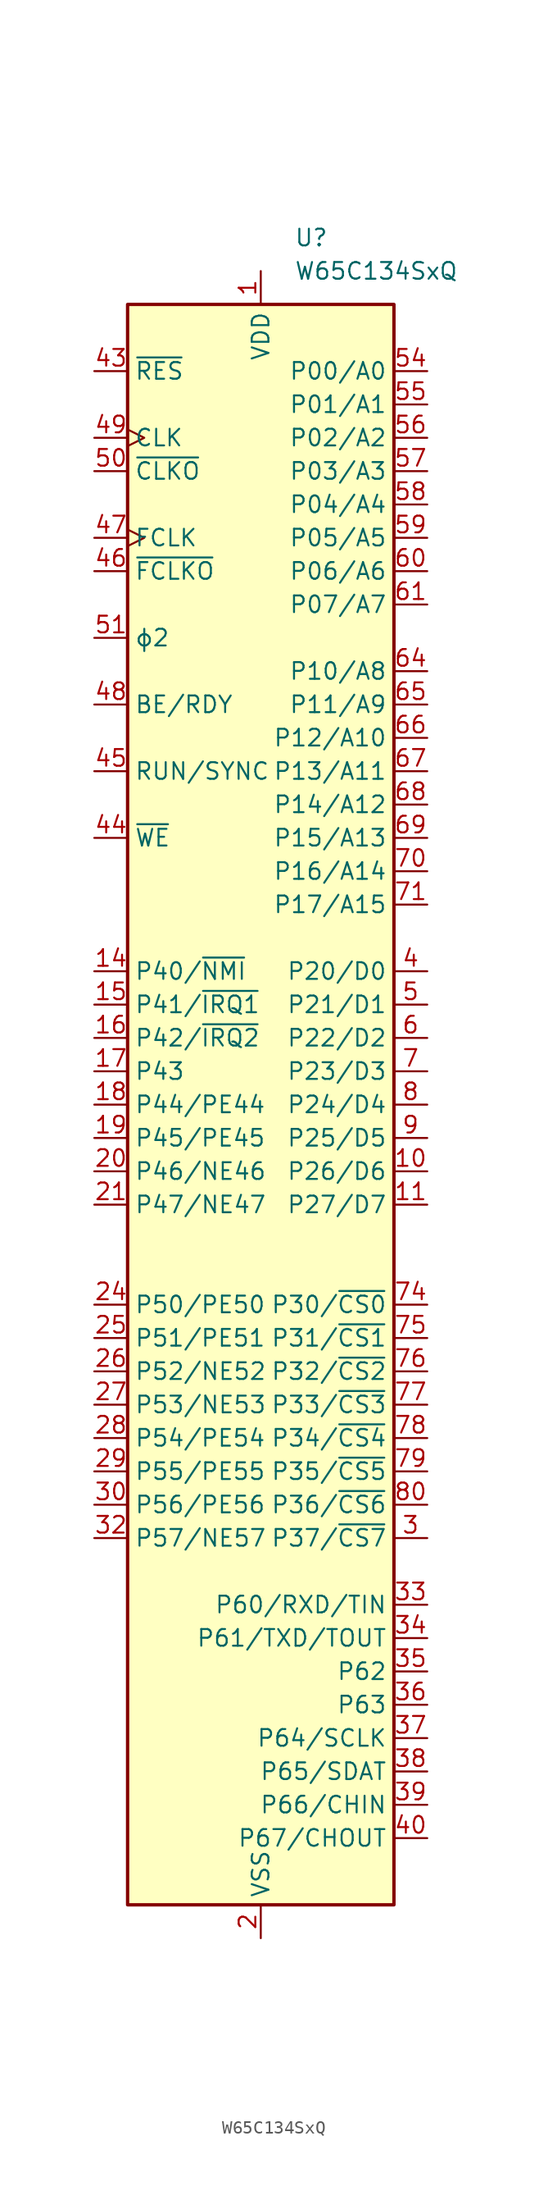
<source format=kicad_sym>
(kicad_symbol_lib
  (version 20231120)
  (generator "kicad_symbol_editor")
  (generator_version "8.0")
  (symbol "W65C134SxQ"
    (property "Reference" "U"
      (at 2.54 66.04 0)
      (effects (font (size 1.27 1.27)) (justify left)))
    (property "Value" "W65C134SxQ"
      (at 2.54 63.5 0)
      (effects (font (size 1.27 1.27)) (justify left)))
    (symbol "W65C134SxQ_0_1"
      (rectangle (start -10.16 60.96) (end 10.16 -60.96) (stroke (width 0.254) (type default)) (fill (type background))))
    (symbol "W65C134SxQ_1_1"
      (pin power_in line (at 0 63.5 270) (length 2.54) (name "VDD" (effects (font (size 1.27 1.27)))) (number "1" (effects (font (size 1.27 1.27)))))
      (pin bidirectional line (at 12.7 -5.08 180) (length 2.54) (name "P26/D6" (effects (font (size 1.27 1.27)))) (number "10" (effects (font (size 1.27 1.27)))))
      (pin bidirectional line (at 12.7 -7.62 180) (length 2.54) (name "P27/D7" (effects (font (size 1.27 1.27)))) (number "11" (effects (font (size 1.27 1.27)))))
      (pin passive line (at 0 -63.5 90) (length 2.54) hide (name "VSS" (effects (font (size 1.27 1.27)))) (number "12" (effects (font (size 1.27 1.27)))))
      (pin passive line (at 0 -63.5 90) (length 2.54) hide (name "VSS" (effects (font (size 1.27 1.27)))) (number "13" (effects (font (size 1.27 1.27)))))
      (pin bidirectional line (at -12.7 10.16 0) (length 2.54) (name "P40/~{NMI}" (effects (font (size 1.27 1.27)))) (number "14" (effects (font (size 1.27 1.27)))))
      (pin bidirectional line (at -12.7 7.62 0) (length 2.54) (name "P41/~{IRQ1}" (effects (font (size 1.27 1.27)))) (number "15" (effects (font (size 1.27 1.27)))))
      (pin bidirectional line (at -12.7 5.08 0) (length 2.54) (name "P42/~{IRQ2}" (effects (font (size 1.27 1.27)))) (number "16" (effects (font (size 1.27 1.27)))))
      (pin bidirectional line (at -12.7 2.54 0) (length 2.54) (name "P43" (effects (font (size 1.27 1.27)))) (number "17" (effects (font (size 1.27 1.27)))))
      (pin bidirectional line (at -12.7 0 0) (length 2.54) (name "P44/PE44" (effects (font (size 1.27 1.27)))) (number "18" (effects (font (size 1.27 1.27)))))
      (pin bidirectional line (at -12.7 -2.54 0) (length 2.54) (name "P45/PE45" (effects (font (size 1.27 1.27)))) (number "19" (effects (font (size 1.27 1.27)))))
      (pin power_in line (at 0 -63.5 90) (length 2.54) (name "VSS" (effects (font (size 1.27 1.27)))) (number "2" (effects (font (size 1.27 1.27)))))
      (pin bidirectional line (at -12.7 -5.08 0) (length 2.54) (name "P46/NE46" (effects (font (size 1.27 1.27)))) (number "20" (effects (font (size 1.27 1.27)))))
      (pin bidirectional line (at -12.7 -7.62 0) (length 2.54) (name "P47/NE47" (effects (font (size 1.27 1.27)))) (number "21" (effects (font (size 1.27 1.27)))))
      (pin passive line (at 0 -63.5 90) (length 2.54) hide (name "VSS" (effects (font (size 1.27 1.27)))) (number "22" (effects (font (size 1.27 1.27)))))
      (pin passive line (at 0 63.5 270) (length 2.54) hide (name "VDD" (effects (font (size 1.27 1.27)))) (number "23" (effects (font (size 1.27 1.27)))))
      (pin bidirectional line (at -12.7 -15.24 0) (length 2.54) (name "P50/PE50" (effects (font (size 1.27 1.27)))) (number "24" (effects (font (size 1.27 1.27)))))
      (pin bidirectional line (at -12.7 -17.78 0) (length 2.54) (name "P51/PE51" (effects (font (size 1.27 1.27)))) (number "25" (effects (font (size 1.27 1.27)))))
      (pin bidirectional line (at -12.7 -20.32 0) (length 2.54) (name "P52/NE52" (effects (font (size 1.27 1.27)))) (number "26" (effects (font (size 1.27 1.27)))))
      (pin bidirectional line (at -12.7 -22.86 0) (length 2.54) (name "P53/NE53" (effects (font (size 1.27 1.27)))) (number "27" (effects (font (size 1.27 1.27)))))
      (pin bidirectional line (at -12.7 -25.4 0) (length 2.54) (name "P54/PE54" (effects (font (size 1.27 1.27)))) (number "28" (effects (font (size 1.27 1.27)))))
      (pin bidirectional line (at -12.7 -27.94 0) (length 2.54) (name "P55/PE55" (effects (font (size 1.27 1.27)))) (number "29" (effects (font (size 1.27 1.27)))))
      (pin output line (at 12.7 -33.02 180) (length 2.54) (name "P37/~{CS7}" (effects (font (size 1.27 1.27)))) (number "3" (effects (font (size 1.27 1.27)))))
      (pin bidirectional line (at -12.7 -30.48 0) (length 2.54) (name "P56/PE56" (effects (font (size 1.27 1.27)))) (number "30" (effects (font (size 1.27 1.27)))))
      (pin no_connect non_logic (at -10.16 -48.26 0) (length 2.54) hide (name "nc" (effects (font (size 1.27 1.27)))) (number "31" (effects (font (size 1.27 1.27)))))
      (pin bidirectional line (at -12.7 -33.02 0) (length 2.54) (name "P57/NE57" (effects (font (size 1.27 1.27)))) (number "32" (effects (font (size 1.27 1.27)))))
      (pin bidirectional line (at 12.7 -38.1 180) (length 2.54) (name "P60/RXD/TIN" (effects (font (size 1.27 1.27)))) (number "33" (effects (font (size 1.27 1.27)))))
      (pin bidirectional line (at 12.7 -40.64 180) (length 2.54) (name "P61/TXD/TOUT" (effects (font (size 1.27 1.27)))) (number "34" (effects (font (size 1.27 1.27)))))
      (pin bidirectional line (at 12.7 -43.18 180) (length 2.54) (name "P62" (effects (font (size 1.27 1.27)))) (number "35" (effects (font (size 1.27 1.27)))))
      (pin bidirectional line (at 12.7 -45.72 180) (length 2.54) (name "P63" (effects (font (size 1.27 1.27)))) (number "36" (effects (font (size 1.27 1.27)))))
      (pin bidirectional line (at 12.7 -48.26 180) (length 2.54) (name "P64/SCLK" (effects (font (size 1.27 1.27)))) (number "37" (effects (font (size 1.27 1.27)))))
      (pin bidirectional line (at 12.7 -50.8 180) (length 2.54) (name "P65/SDAT" (effects (font (size 1.27 1.27)))) (number "38" (effects (font (size 1.27 1.27)))))
      (pin bidirectional line (at 12.7 -53.34 180) (length 2.54) (name "P66/CHIN" (effects (font (size 1.27 1.27)))) (number "39" (effects (font (size 1.27 1.27)))))
      (pin bidirectional line (at 12.7 10.16 180) (length 2.54) (name "P20/D0" (effects (font (size 1.27 1.27)))) (number "4" (effects (font (size 1.27 1.27)))))
      (pin bidirectional line (at 12.7 -55.88 180) (length 2.54) (name "P67/CHOUT" (effects (font (size 1.27 1.27)))) (number "40" (effects (font (size 1.27 1.27)))))
      (pin passive line (at 0 63.5 270) (length 2.54) hide (name "VDD" (effects (font (size 1.27 1.27)))) (number "41" (effects (font (size 1.27 1.27)))))
      (pin passive line (at 0 -63.5 90) (length 2.54) hide (name "VSS" (effects (font (size 1.27 1.27)))) (number "42" (effects (font (size 1.27 1.27)))))
      (pin open_collector line (at -12.7 55.88 0) (length 2.54) (name "~{RES}" (effects (font (size 1.27 1.27)))) (number "43" (effects (font (size 1.27 1.27)))))
      (pin bidirectional line (at -12.7 20.32 0) (length 2.54) (name "~{WE}" (effects (font (size 1.27 1.27)))) (number "44" (effects (font (size 1.27 1.27)))))
      (pin output line (at -12.7 25.4 0) (length 2.54) (name "RUN/SYNC" (effects (font (size 1.27 1.27)))) (number "45" (effects (font (size 1.27 1.27)))))
      (pin output line (at -12.7 40.64 0) (length 2.54) (name "~{FCLKO}" (effects (font (size 1.27 1.27)))) (number "46" (effects (font (size 1.27 1.27)))))
      (pin input clock (at -12.7 43.18 0) (length 2.54) (name "FCLK" (effects (font (size 1.27 1.27)))) (number "47" (effects (font (size 1.27 1.27)))))
      (pin input line (at -12.7 30.48 0) (length 2.54) (name "BE/RDY" (effects (font (size 1.27 1.27)))) (number "48" (effects (font (size 1.27 1.27)))))
      (pin input clock (at -12.7 50.8 0) (length 2.54) (name "CLK" (effects (font (size 1.27 1.27)))) (number "49" (effects (font (size 1.27 1.27)))))
      (pin bidirectional line (at 12.7 7.62 180) (length 2.54) (name "P21/D1" (effects (font (size 1.27 1.27)))) (number "5" (effects (font (size 1.27 1.27)))))
      (pin output line (at -12.7 48.26 0) (length 2.54) (name "~{CLKO}" (effects (font (size 1.27 1.27)))) (number "50" (effects (font (size 1.27 1.27)))))
      (pin output line (at -12.7 35.56 0) (length 2.54) (name "ϕ2" (effects (font (size 1.27 1.27)))) (number "51" (effects (font (size 1.27 1.27)))))
      (pin no_connect non_logic (at -10.16 -50.8 0) (length 2.54) hide (name "nc" (effects (font (size 1.27 1.27)))) (number "52" (effects (font (size 1.27 1.27)))))
      (pin no_connect non_logic (at -10.16 -53.34 0) (length 2.54) hide (name "nc" (effects (font (size 1.27 1.27)))) (number "53" (effects (font (size 1.27 1.27)))))
      (pin bidirectional line (at 12.7 55.88 180) (length 2.54) (name "P00/A0" (effects (font (size 1.27 1.27)))) (number "54" (effects (font (size 1.27 1.27)))))
      (pin bidirectional line (at 12.7 53.34 180) (length 2.54) (name "P01/A1" (effects (font (size 1.27 1.27)))) (number "55" (effects (font (size 1.27 1.27)))))
      (pin bidirectional line (at 12.7 50.8 180) (length 2.54) (name "P02/A2" (effects (font (size 1.27 1.27)))) (number "56" (effects (font (size 1.27 1.27)))))
      (pin bidirectional line (at 12.7 48.26 180) (length 2.54) (name "P03/A3" (effects (font (size 1.27 1.27)))) (number "57" (effects (font (size 1.27 1.27)))))
      (pin bidirectional line (at 12.7 45.72 180) (length 2.54) (name "P04/A4" (effects (font (size 1.27 1.27)))) (number "58" (effects (font (size 1.27 1.27)))))
      (pin bidirectional line (at 12.7 43.18 180) (length 2.54) (name "P05/A5" (effects (font (size 1.27 1.27)))) (number "59" (effects (font (size 1.27 1.27)))))
      (pin bidirectional line (at 12.7 5.08 180) (length 2.54) (name "P22/D2" (effects (font (size 1.27 1.27)))) (number "6" (effects (font (size 1.27 1.27)))))
      (pin bidirectional line (at 12.7 40.64 180) (length 2.54) (name "P06/A6" (effects (font (size 1.27 1.27)))) (number "60" (effects (font (size 1.27 1.27)))))
      (pin bidirectional line (at 12.7 38.1 180) (length 2.54) (name "P07/A7" (effects (font (size 1.27 1.27)))) (number "61" (effects (font (size 1.27 1.27)))))
      (pin passive line (at 0 63.5 270) (length 2.54) hide (name "VDD" (effects (font (size 1.27 1.27)))) (number "62" (effects (font (size 1.27 1.27)))))
      (pin passive line (at 0 -63.5 90) (length 2.54) hide (name "VSS" (effects (font (size 1.27 1.27)))) (number "63" (effects (font (size 1.27 1.27)))))
      (pin bidirectional line (at 12.7 33.02 180) (length 2.54) (name "P10/A8" (effects (font (size 1.27 1.27)))) (number "64" (effects (font (size 1.27 1.27)))))
      (pin bidirectional line (at 12.7 30.48 180) (length 2.54) (name "P11/A9" (effects (font (size 1.27 1.27)))) (number "65" (effects (font (size 1.27 1.27)))))
      (pin bidirectional line (at 12.7 27.94 180) (length 2.54) (name "P12/A10" (effects (font (size 1.27 1.27)))) (number "66" (effects (font (size 1.27 1.27)))))
      (pin bidirectional line (at 12.7 25.4 180) (length 2.54) (name "P13/A11" (effects (font (size 1.27 1.27)))) (number "67" (effects (font (size 1.27 1.27)))))
      (pin bidirectional line (at 12.7 22.86 180) (length 2.54) (name "P14/A12" (effects (font (size 1.27 1.27)))) (number "68" (effects (font (size 1.27 1.27)))))
      (pin bidirectional line (at 12.7 20.32 180) (length 2.54) (name "P15/A13" (effects (font (size 1.27 1.27)))) (number "69" (effects (font (size 1.27 1.27)))))
      (pin bidirectional line (at 12.7 2.54 180) (length 2.54) (name "P23/D3" (effects (font (size 1.27 1.27)))) (number "7" (effects (font (size 1.27 1.27)))))
      (pin bidirectional line (at 12.7 17.78 180) (length 2.54) (name "P16/A14" (effects (font (size 1.27 1.27)))) (number "70" (effects (font (size 1.27 1.27)))))
      (pin bidirectional line (at 12.7 15.24 180) (length 2.54) (name "P17/A15" (effects (font (size 1.27 1.27)))) (number "71" (effects (font (size 1.27 1.27)))))
      (pin passive line (at 0 63.5 270) (length 2.54) hide (name "VDD" (effects (font (size 1.27 1.27)))) (number "72" (effects (font (size 1.27 1.27)))))
      (pin passive line (at 0 63.5 270) (length 2.54) hide (name "VDD" (effects (font (size 1.27 1.27)))) (number "73" (effects (font (size 1.27 1.27)))))
      (pin output line (at 12.7 -15.24 180) (length 2.54) (name "P30/~{CS0}" (effects (font (size 1.27 1.27)))) (number "74" (effects (font (size 1.27 1.27)))))
      (pin output line (at 12.7 -17.78 180) (length 2.54) (name "P31/~{CS1}" (effects (font (size 1.27 1.27)))) (number "75" (effects (font (size 1.27 1.27)))))
      (pin output line (at 12.7 -20.32 180) (length 2.54) (name "P32/~{CS2}" (effects (font (size 1.27 1.27)))) (number "76" (effects (font (size 1.27 1.27)))))
      (pin output line (at 12.7 -22.86 180) (length 2.54) (name "P33/~{CS3}" (effects (font (size 1.27 1.27)))) (number "77" (effects (font (size 1.27 1.27)))))
      (pin output line (at 12.7 -25.4 180) (length 2.54) (name "P34/~{CS4}" (effects (font (size 1.27 1.27)))) (number "78" (effects (font (size 1.27 1.27)))))
      (pin output line (at 12.7 -27.94 180) (length 2.54) (name "P35/~{CS5}" (effects (font (size 1.27 1.27)))) (number "79" (effects (font (size 1.27 1.27)))))
      (pin bidirectional line (at 12.7 0 180) (length 2.54) (name "P24/D4" (effects (font (size 1.27 1.27)))) (number "8" (effects (font (size 1.27 1.27)))))
      (pin output line (at 12.7 -30.48 180) (length 2.54) (name "P36/~{CS6}" (effects (font (size 1.27 1.27)))) (number "80" (effects (font (size 1.27 1.27)))))
      (pin bidirectional line (at 12.7 -2.54 180) (length 2.54) (name "P25/D5" (effects (font (size 1.27 1.27)))) (number "9" (effects (font (size 1.27 1.27))))))))
</source>
